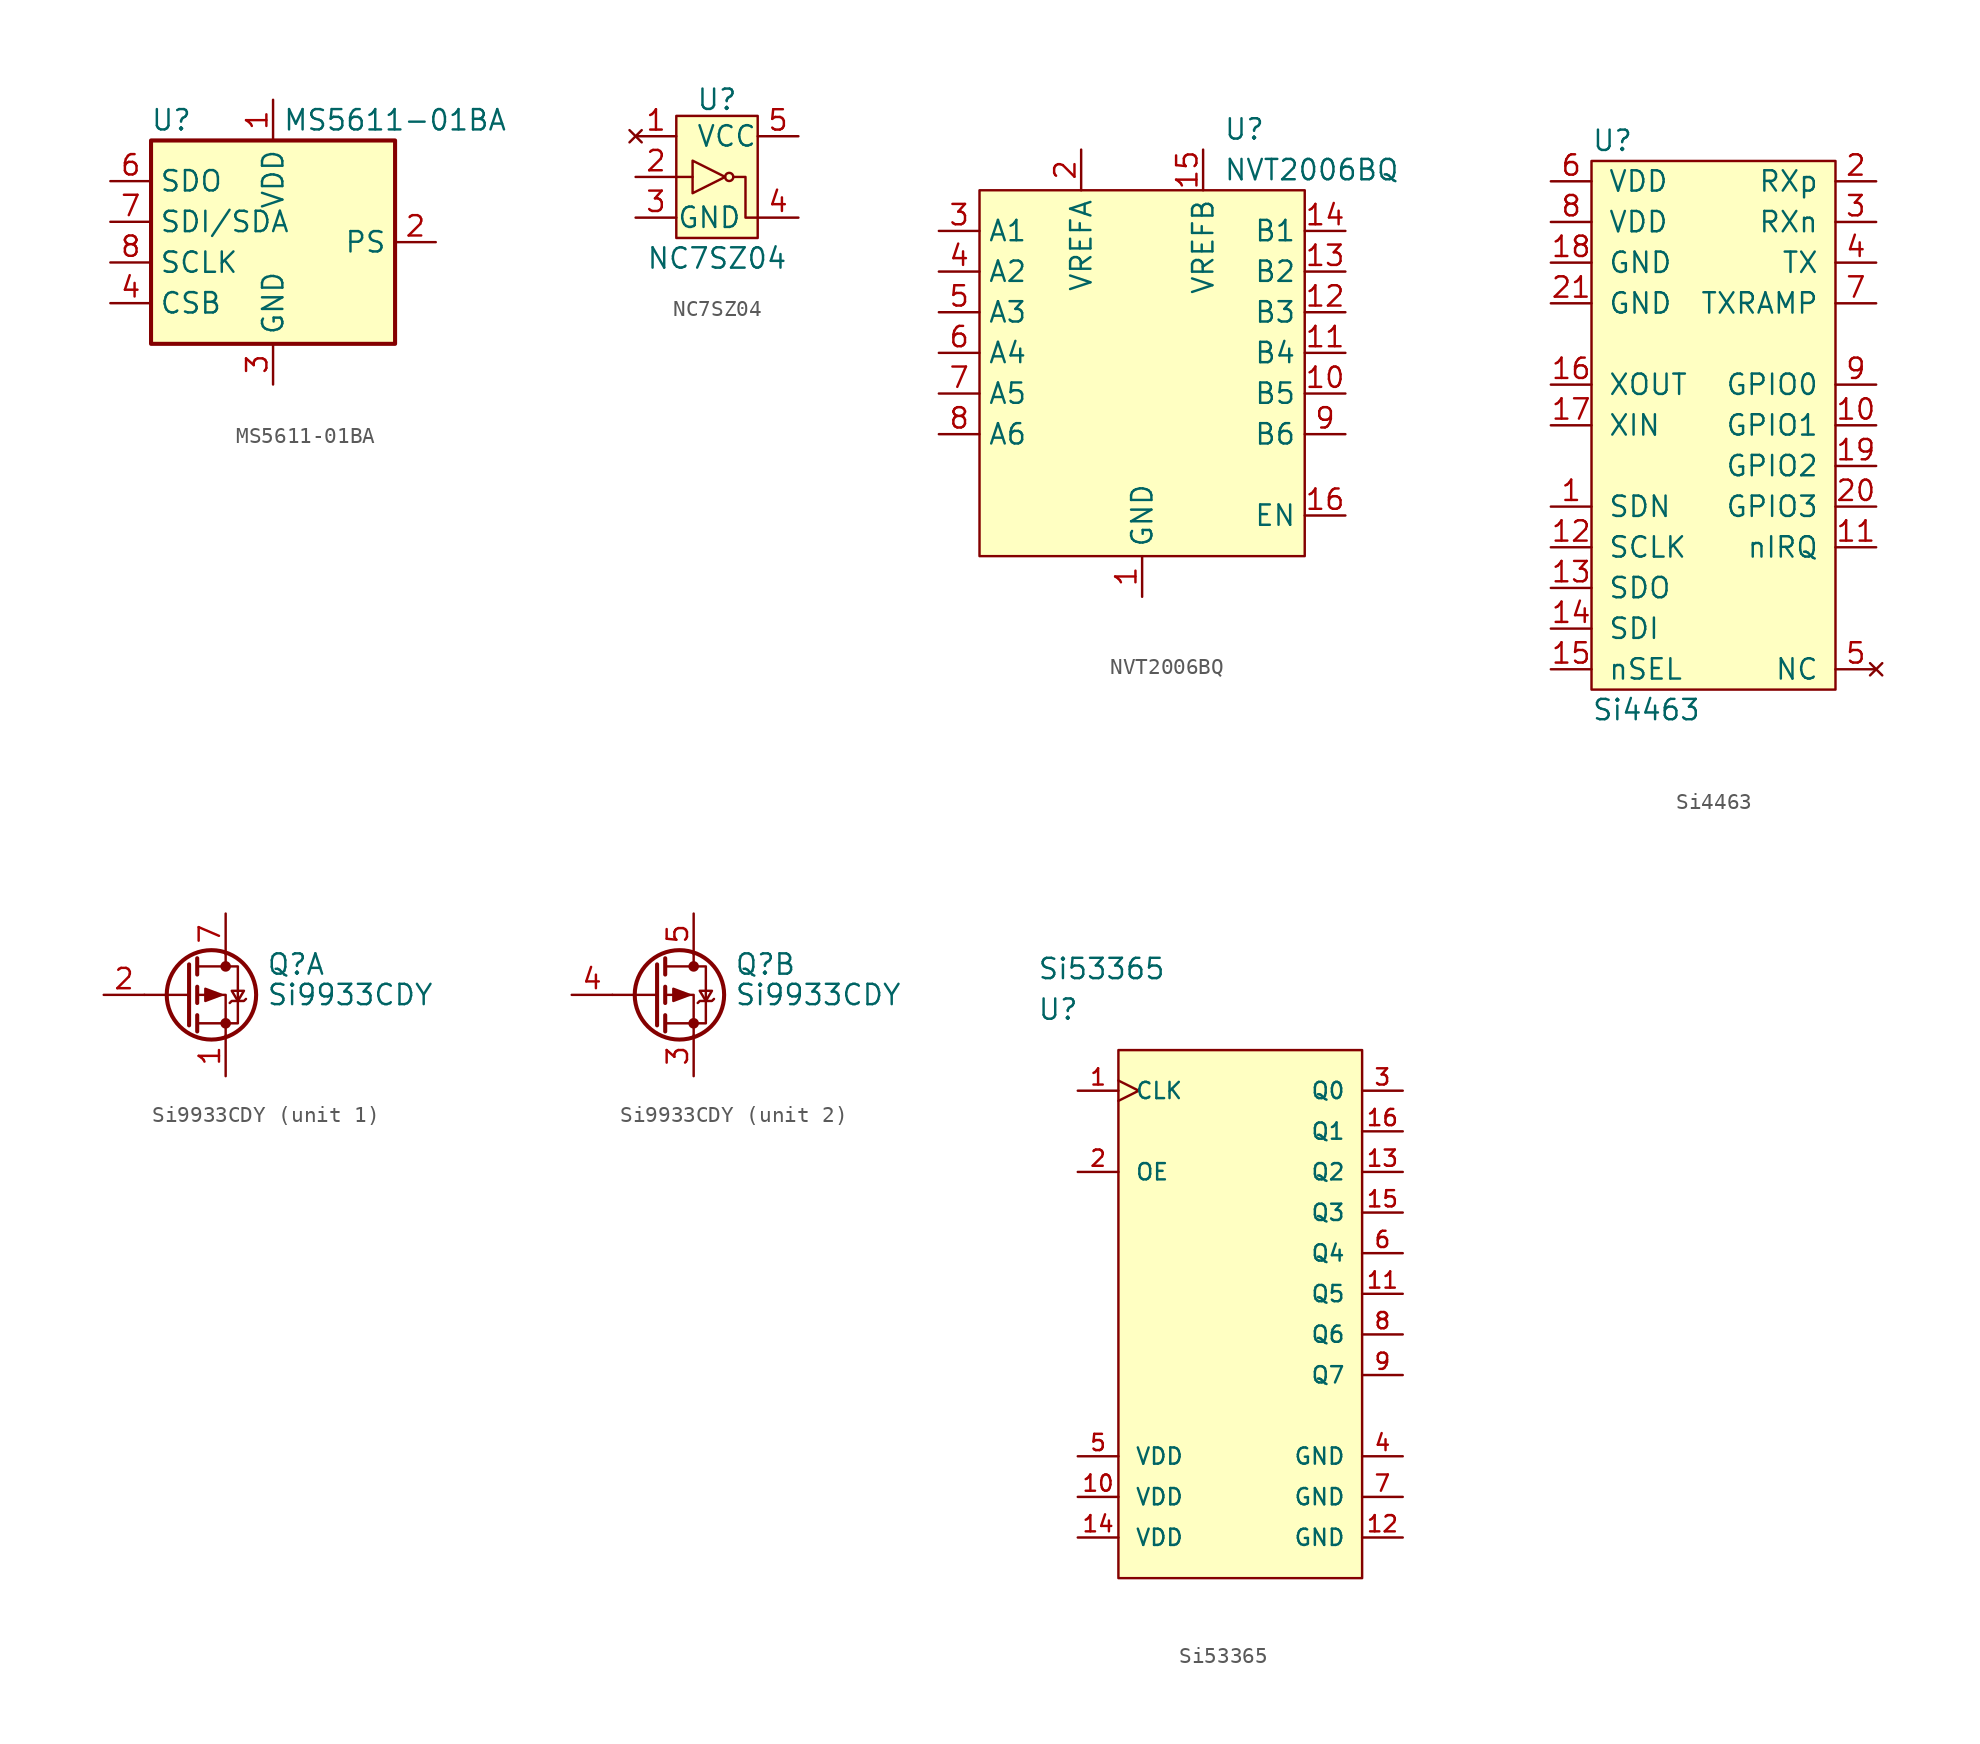
<source format=kicad_sym>
(kicad_symbol_lib
  (version 20211014)
  (generator kicad_symbol_editor)
  (symbol "MS5611-01BA"
    (property "Reference" "U"
      (at -6.35 7.62 0)
      (effects (font (size 1.27 1.27))))
    (property "Value" "MS5611-01BA"
      (at 7.62 7.62 0)
      (effects (font (size 1.27 1.27))))
    (symbol "MS5611-01BA_0_1"
      (rectangle (start -7.62 6.35) (end 7.62 -6.35) (stroke (width 0.254) (type default) (color 0 0 0 0)) (fill (type background))))
    (symbol "MS5611-01BA_1_1"
      (pin power_in line (at 0 8.89 270) (length 2.54) (name "VDD" (effects (font (size 1.27 1.27)))) (number "1" (effects (font (size 1.27 1.27)))))
      (pin input line (at 10.16 0 180) (length 2.54) (name "PS" (effects (font (size 1.27 1.27)))) (number "2" (effects (font (size 1.27 1.27)))))
      (pin power_in line (at 0 -8.89 90) (length 2.54) (name "GND" (effects (font (size 1.27 1.27)))) (number "3" (effects (font (size 1.27 1.27)))))
      (pin input line (at -10.16 -3.81 0) (length 2.54) (name "CSB" (effects (font (size 1.27 1.27)))) (number "4" (effects (font (size 1.27 1.27)))))
      (pin input line (at -10.16 -3.81 0) (length 2.54) hide (name "CSB" (effects (font (size 1.27 1.27)))) (number "5" (effects (font (size 1.27 1.27)))))
      (pin output line (at -10.16 3.81 0) (length 2.54) (name "SDO" (effects (font (size 1.27 1.27)))) (number "6" (effects (font (size 1.27 1.27)))))
      (pin bidirectional line (at -10.16 1.27 0) (length 2.54) (name "SDI/SDA" (effects (font (size 1.27 1.27)))) (number "7" (effects (font (size 1.27 1.27)))))
      (pin input line (at -10.16 -1.27 0) (length 2.54) (name "SCLK" (effects (font (size 1.27 1.27)))) (number "8" (effects (font (size 1.27 1.27)))))))
  (symbol "NC7SZ04"
    (pin_names
      (offset 0.025))
    (property "Reference" "U"
      (at 0 4.826 0)
      (effects (font (size 1.27 1.27))))
    (property "Value" "NC7SZ04"
      (at 0 -5.08 0)
      (effects (font (size 1.27 1.27))))
    (symbol "NC7SZ04_0_1"
      (rectangle (start -2.54 3.81) (end 2.54 -3.81) (stroke (width 0) (type default) (color 0 0 0 0)) (fill (type background)))
      (polyline (pts (xy -1.524 0) (xy -2.54 0)) (stroke (width 0) (type default) (color 0 0 0 0)) (fill (type none)))
      (polyline (pts (xy -1.524 1.016) (xy -1.524 -1.016) (xy 0.508 0) (xy -1.524 1.016)) (stroke (width 0) (type default) (color 0 0 0 0)) (fill (type none)))
      (polyline (pts (xy 1.016 0) (xy 1.778 0) (xy 1.778 -2.54) (xy 2.54 -2.54)) (stroke (width 0) (type default) (color 0 0 0 0)) (fill (type none)))
      (circle (center 0.762 0) (radius 0.254) (stroke (width 0) (type default) (color 0 0 0 0)) (fill (type none))))
    (symbol "NC7SZ04_1_1"
      (pin no_connect line (at -5.08 2.54 0) (length 2.54) (name "~" (effects (font (size 1.27 1.27)))) (number "1" (effects (font (size 1.27 1.27)))))
      (pin input line (at -5.08 0 0) (length 2.54) (name "~" (effects (font (size 1.27 1.27)))) (number "2" (effects (font (size 1.27 1.27)))))
      (pin power_in line (at -5.08 -2.54 0) (length 2.54) (name "GND" (effects (font (size 1.27 1.27)))) (number "3" (effects (font (size 1.27 1.27)))))
      (pin output line (at 5.08 -2.54 180) (length 2.54) (name "~" (effects (font (size 1.27 1.27)))) (number "4" (effects (font (size 1.27 1.27)))))
      (pin power_in line (at 5.08 2.54 180) (length 2.54) (name "VCC" (effects (font (size 1.27 1.27)))) (number "5" (effects (font (size 1.27 1.27)))))))
  (symbol "NVT2006BQ"
    (property "Reference" "U"
      (at 5.08 12.7 0)
      (effects (font (size 1.27 1.27)) (justify left)))
    (property "Value" "NVT2006BQ"
      (at 5.08 10.16 0)
      (effects (font (size 1.27 1.27)) (justify left)))
    (symbol "NVT2006BQ_0_0"
      (pin power_in line (at 0 -16.51 90) (length 2.54) (name "GND" (effects (font (size 1.27 1.27)))) (number "1" (effects (font (size 1.27 1.27)))))
      (pin bidirectional line (at 12.7 -3.81 180) (length 2.54) (name "B5" (effects (font (size 1.27 1.27)))) (number "10" (effects (font (size 1.27 1.27)))))
      (pin bidirectional line (at 12.7 -1.27 180) (length 2.54) (name "B4" (effects (font (size 1.27 1.27)))) (number "11" (effects (font (size 1.27 1.27)))))
      (pin bidirectional line (at 12.7 1.27 180) (length 2.54) (name "B3" (effects (font (size 1.27 1.27)))) (number "12" (effects (font (size 1.27 1.27)))))
      (pin bidirectional line (at 12.7 3.81 180) (length 2.54) (name "B2" (effects (font (size 1.27 1.27)))) (number "13" (effects (font (size 1.27 1.27)))))
      (pin bidirectional line (at 12.7 6.35 180) (length 2.54) (name "B1" (effects (font (size 1.27 1.27)))) (number "14" (effects (font (size 1.27 1.27)))))
      (pin power_in line (at 3.81 11.43 270) (length 2.54) (name "VREFB" (effects (font (size 1.27 1.27)))) (number "15" (effects (font (size 1.27 1.27)))))
      (pin input line (at 12.7 -11.43 180) (length 2.54) (name "EN" (effects (font (size 1.27 1.27)))) (number "16" (effects (font (size 1.27 1.27)))))
      (pin power_in line (at -3.81 11.43 270) (length 2.54) (name "VREFA" (effects (font (size 1.27 1.27)))) (number "2" (effects (font (size 1.27 1.27)))))
      (pin bidirectional line (at -12.7 6.35 0) (length 2.54) (name "A1" (effects (font (size 1.27 1.27)))) (number "3" (effects (font (size 1.27 1.27)))))
      (pin bidirectional line (at -12.7 3.81 0) (length 2.54) (name "A2" (effects (font (size 1.27 1.27)))) (number "4" (effects (font (size 1.27 1.27)))))
      (pin bidirectional line (at -12.7 1.27 0) (length 2.54) (name "A3" (effects (font (size 1.27 1.27)))) (number "5" (effects (font (size 1.27 1.27)))))
      (pin bidirectional line (at -12.7 -1.27 0) (length 2.54) (name "A4" (effects (font (size 1.27 1.27)))) (number "6" (effects (font (size 1.27 1.27)))))
      (pin bidirectional line (at -12.7 -3.81 0) (length 2.54) (name "A5" (effects (font (size 1.27 1.27)))) (number "7" (effects (font (size 1.27 1.27)))))
      (pin bidirectional line (at -12.7 -6.35 0) (length 2.54) (name "A6" (effects (font (size 1.27 1.27)))) (number "8" (effects (font (size 1.27 1.27)))))
      (pin bidirectional line (at 12.7 -6.35 180) (length 2.54) (name "B6" (effects (font (size 1.27 1.27)))) (number "9" (effects (font (size 1.27 1.27))))))
    (symbol "NVT2006BQ_0_1"
      (rectangle (start -10.16 8.89) (end 10.16 -13.97) (stroke (width 0) (type default) (color 0 0 0 0)) (fill (type background)))))
  (symbol "Si4463"
    (pin_names
      (offset 1.016))
    (property "Reference" "U"
      (at -7.62 17.78 0)
      (effects (font (size 1.27 1.27)) (justify left)))
    (property "Value" "Si4463"
      (at -7.62 -17.78 0)
      (effects (font (size 1.27 1.27)) (justify left)))
    (symbol "Si4463_0_1"
      (rectangle (start -7.62 16.51) (end 7.62 -16.51) (stroke (width 0) (type default) (color 0 0 0 0)) (fill (type background))))
    (symbol "Si4463_1_1"
      (pin input line (at -10.16 -5.08 0) (length 2.54) (name "SDN" (effects (font (size 1.27 1.27)))) (number "1" (effects (font (size 1.27 1.27)))))
      (pin bidirectional line (at 10.16 0 180) (length 2.54) (name "GPIO1" (effects (font (size 1.27 1.27)))) (number "10" (effects (font (size 1.27 1.27)))))
      (pin output line (at 10.16 -7.62 180) (length 2.54) (name "nIRQ" (effects (font (size 1.27 1.27)))) (number "11" (effects (font (size 1.27 1.27)))))
      (pin input line (at -10.16 -7.62 0) (length 2.54) (name "SCLK" (effects (font (size 1.27 1.27)))) (number "12" (effects (font (size 1.27 1.27)))))
      (pin output line (at -10.16 -10.16 0) (length 2.54) (name "SDO" (effects (font (size 1.27 1.27)))) (number "13" (effects (font (size 1.27 1.27)))))
      (pin input line (at -10.16 -12.7 0) (length 2.54) (name "SDI" (effects (font (size 1.27 1.27)))) (number "14" (effects (font (size 1.27 1.27)))))
      (pin input line (at -10.16 -15.24 0) (length 2.54) (name "nSEL" (effects (font (size 1.27 1.27)))) (number "15" (effects (font (size 1.27 1.27)))))
      (pin output line (at -10.16 2.54 0) (length 2.54) (name "XOUT" (effects (font (size 1.27 1.27)))) (number "16" (effects (font (size 1.27 1.27)))))
      (pin input line (at -10.16 0 0) (length 2.54) (name "XIN" (effects (font (size 1.27 1.27)))) (number "17" (effects (font (size 1.27 1.27)))))
      (pin power_in line (at -10.16 10.16 0) (length 2.54) (name "GND" (effects (font (size 1.27 1.27)))) (number "18" (effects (font (size 1.27 1.27)))))
      (pin bidirectional line (at 10.16 -2.54 180) (length 2.54) (name "GPIO2" (effects (font (size 1.27 1.27)))) (number "19" (effects (font (size 1.27 1.27)))))
      (pin input line (at 10.16 15.24 180) (length 2.54) (name "RXp" (effects (font (size 1.27 1.27)))) (number "2" (effects (font (size 1.27 1.27)))))
      (pin bidirectional line (at 10.16 -5.08 180) (length 2.54) (name "GPIO3" (effects (font (size 1.27 1.27)))) (number "20" (effects (font (size 1.27 1.27)))))
      (pin power_in line (at -10.16 7.62 0) (length 2.54) (name "GND" (effects (font (size 1.27 1.27)))) (number "21" (effects (font (size 1.27 1.27)))))
      (pin input line (at 10.16 12.7 180) (length 2.54) (name "RXn" (effects (font (size 1.27 1.27)))) (number "3" (effects (font (size 1.27 1.27)))))
      (pin output line (at 10.16 10.16 180) (length 2.54) (name "TX" (effects (font (size 1.27 1.27)))) (number "4" (effects (font (size 1.27 1.27)))))
      (pin no_connect line (at 10.16 -15.24 180) (length 2.54) (name "NC" (effects (font (size 1.27 1.27)))) (number "5" (effects (font (size 1.27 1.27)))))
      (pin power_in line (at -10.16 15.24 0) (length 2.54) (name "VDD" (effects (font (size 1.27 1.27)))) (number "6" (effects (font (size 1.27 1.27)))))
      (pin output line (at 10.16 7.62 180) (length 2.54) (name "TXRAMP" (effects (font (size 1.27 1.27)))) (number "7" (effects (font (size 1.27 1.27)))))
      (pin power_in line (at -10.16 12.7 0) (length 2.54) (name "VDD" (effects (font (size 1.27 1.27)))) (number "8" (effects (font (size 1.27 1.27)))))
      (pin bidirectional line (at 10.16 2.54 180) (length 2.54) (name "GPIO0" (effects (font (size 1.27 1.27)))) (number "9" (effects (font (size 1.27 1.27)))))))
  (symbol "Si9933CDY"
    (pin_names hide)
    (property "Reference" "Q"
      (at 5.08 1.905 0)
      (effects (font (size 1.27 1.27)) (justify left)))
    (property "Value" "Si9933CDY"
      (at 5.08 0 0)
      (effects (font (size 1.27 1.27)) (justify left)))
    (symbol "Si9933CDY_0_1"
      (polyline (pts (xy 0.254 0) (xy -2.54 0)) (stroke (width 0) (type default) (color 0 0 0 0)) (fill (type none)))
      (polyline (pts (xy 0.254 1.905) (xy 0.254 -1.905)) (stroke (width 0.254) (type default) (color 0 0 0 0)) (fill (type none)))
      (polyline (pts (xy 0.762 -1.27) (xy 0.762 -2.286)) (stroke (width 0.254) (type default) (color 0 0 0 0)) (fill (type none)))
      (polyline (pts (xy 0.762 0.508) (xy 0.762 -0.508)) (stroke (width 0.254) (type default) (color 0 0 0 0)) (fill (type none)))
      (polyline (pts (xy 0.762 2.286) (xy 0.762 1.27)) (stroke (width 0.254) (type default) (color 0 0 0 0)) (fill (type none)))
      (polyline (pts (xy 2.54 2.54) (xy 2.54 1.778)) (stroke (width 0) (type default) (color 0 0 0 0)) (fill (type none)))
      (polyline (pts (xy 2.54 -2.54) (xy 2.54 0) (xy 0.762 0)) (stroke (width 0) (type default) (color 0 0 0 0)) (fill (type none)))
      (polyline (pts (xy 0.762 1.778) (xy 3.302 1.778) (xy 3.302 -1.778) (xy 0.762 -1.778)) (stroke (width 0) (type default) (color 0 0 0 0)) (fill (type none)))
      (polyline (pts (xy 2.286 0) (xy 1.27 0.381) (xy 1.27 -0.381) (xy 2.286 0)) (stroke (width 0) (type default) (color 0 0 0 0)) (fill (type outline)))
      (polyline (pts (xy 2.794 -0.508) (xy 2.921 -0.381) (xy 3.683 -0.381) (xy 3.81 -0.254)) (stroke (width 0) (type default) (color 0 0 0 0)) (fill (type none)))
      (polyline (pts (xy 3.302 -0.381) (xy 2.921 0.254) (xy 3.683 0.254) (xy 3.302 -0.381)) (stroke (width 0) (type default) (color 0 0 0 0)) (fill (type none)))
      (circle (center 1.651 0) (radius 2.794) (stroke (width 0.254) (type default) (color 0 0 0 0)) (fill (type none)))
      (circle (center 2.54 -1.778) (radius 0.254) (stroke (width 0) (type default) (color 0 0 0 0)) (fill (type outline)))
      (circle (center 2.54 1.778) (radius 0.254) (stroke (width 0) (type default) (color 0 0 0 0)) (fill (type outline))))
    (symbol "Si9933CDY_1_0"
      (pin passive line (at 2.54 5.08 270) (length 2.54) hide (name "D1" (effects (font (size 1.27 1.27)))) (number "8" (effects (font (size 1.27 1.27))))))
    (symbol "Si9933CDY_1_1"
      (pin passive line (at 2.54 -5.08 90) (length 2.54) (name "S1" (effects (font (size 1.27 1.27)))) (number "1" (effects (font (size 1.27 1.27)))))
      (pin passive line (at -5.08 0 0) (length 2.54) (name "G1" (effects (font (size 1.27 1.27)))) (number "2" (effects (font (size 1.27 1.27)))))
      (pin passive line (at 2.54 5.08 270) (length 2.54) (name "D1" (effects (font (size 1.27 1.27)))) (number "7" (effects (font (size 1.27 1.27))))))
    (symbol "Si9933CDY_2_0"
      (pin passive line (at 2.54 5.08 270) (length 2.54) hide (name "D2" (effects (font (size 1.27 1.27)))) (number "6" (effects (font (size 1.27 1.27))))))
    (symbol "Si9933CDY_2_1"
      (pin passive line (at 2.54 -5.08 90) (length 2.54) (name "S2" (effects (font (size 1.27 1.27)))) (number "3" (effects (font (size 1.27 1.27)))))
      (pin passive line (at -5.08 0 0) (length 2.54) (name "G2" (effects (font (size 1.27 1.27)))) (number "4" (effects (font (size 1.27 1.27)))))
      (pin passive line (at 2.54 5.08 270) (length 2.54) (name "D2" (effects (font (size 1.27 1.27)))) (number "5" (effects (font (size 1.27 1.27)))))))
  (symbol "Si53365"
    (pin_names
      (offset 1.016))
    (property "Reference" "U"
      (at 0 5.08 0)
      (effects (font (size 1.27 1.27)) (justify left)))
    (property "Value" "Si53365"
      (at 0 7.62 0)
      (effects (font (size 1.27 1.27)) (justify left)))
    (symbol "Si53365_1_1"
      (rectangle (start 5.08 2.54) (end 20.32 -30.48) (stroke (width 0) (type default) (color 0 0 0 0)) (fill (type background)))
      (pin input clock (at 2.54 0 0) (length 2.54) (name "CLK" (effects (font (size 1.016 1.016)))) (number "1" (effects (font (size 1.016 1.016)))))
      (pin power_in line (at 2.54 -25.4 0) (length 2.54) (name "VDD" (effects (font (size 1.016 1.016)))) (number "10" (effects (font (size 1.016 1.016)))))
      (pin unspecified line (at 22.86 -12.7 180) (length 2.54) (name "Q5" (effects (font (size 1.016 1.016)))) (number "11" (effects (font (size 1.016 1.016)))))
      (pin power_in line (at 22.86 -27.94 180) (length 2.54) (name "GND" (effects (font (size 1.016 1.016)))) (number "12" (effects (font (size 1.016 1.016)))))
      (pin unspecified line (at 22.86 -5.08 180) (length 2.54) (name "Q2" (effects (font (size 1.016 1.016)))) (number "13" (effects (font (size 1.016 1.016)))))
      (pin power_in line (at 2.54 -27.94 0) (length 2.54) (name "VDD" (effects (font (size 1.016 1.016)))) (number "14" (effects (font (size 1.016 1.016)))))
      (pin unspecified line (at 22.86 -7.62 180) (length 2.54) (name "Q3" (effects (font (size 1.016 1.016)))) (number "15" (effects (font (size 1.016 1.016)))))
      (pin unspecified line (at 22.86 -2.54 180) (length 2.54) (name "Q1" (effects (font (size 1.016 1.016)))) (number "16" (effects (font (size 1.016 1.016)))))
      (pin input line (at 2.54 -5.08 0) (length 2.54) (name "OE" (effects (font (size 1.016 1.016)))) (number "2" (effects (font (size 1.016 1.016)))))
      (pin unspecified line (at 22.86 0 180) (length 2.54) (name "Q0" (effects (font (size 1.016 1.016)))) (number "3" (effects (font (size 1.016 1.016)))))
      (pin power_in line (at 22.86 -22.86 180) (length 2.54) (name "GND" (effects (font (size 1.016 1.016)))) (number "4" (effects (font (size 1.016 1.016)))))
      (pin power_in line (at 2.54 -22.86 0) (length 2.54) (name "VDD" (effects (font (size 1.016 1.016)))) (number "5" (effects (font (size 1.016 1.016)))))
      (pin unspecified line (at 22.86 -10.16 180) (length 2.54) (name "Q4" (effects (font (size 1.016 1.016)))) (number "6" (effects (font (size 1.016 1.016)))))
      (pin power_in line (at 22.86 -25.4 180) (length 2.54) (name "GND" (effects (font (size 1.016 1.016)))) (number "7" (effects (font (size 1.016 1.016)))))
      (pin unspecified line (at 22.86 -15.24 180) (length 2.54) (name "Q6" (effects (font (size 1.016 1.016)))) (number "8" (effects (font (size 1.016 1.016)))))
      (pin unspecified line (at 22.86 -17.78 180) (length 2.54) (name "Q7" (effects (font (size 1.016 1.016)))) (number "9" (effects (font (size 1.016 1.016))))))))
</source>
